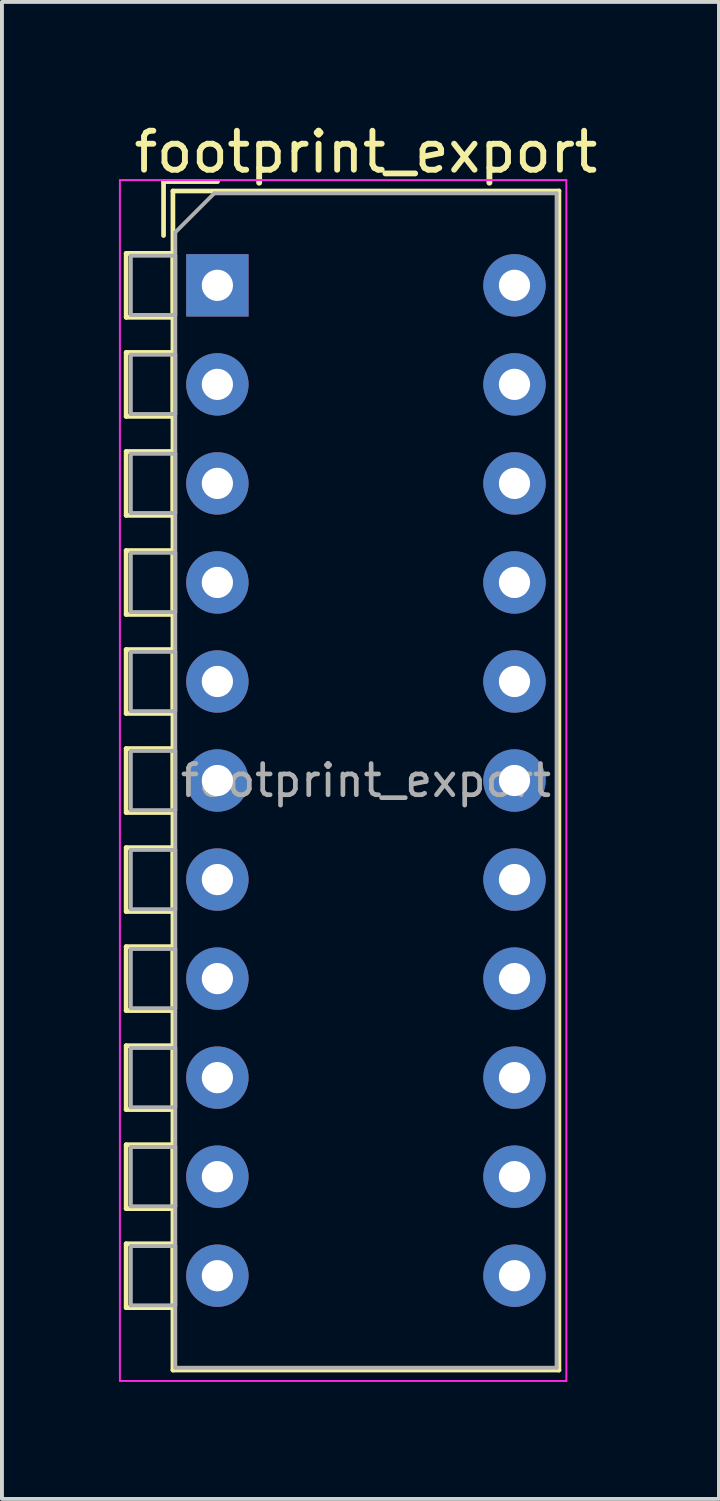
<source format=kicad_pcb>
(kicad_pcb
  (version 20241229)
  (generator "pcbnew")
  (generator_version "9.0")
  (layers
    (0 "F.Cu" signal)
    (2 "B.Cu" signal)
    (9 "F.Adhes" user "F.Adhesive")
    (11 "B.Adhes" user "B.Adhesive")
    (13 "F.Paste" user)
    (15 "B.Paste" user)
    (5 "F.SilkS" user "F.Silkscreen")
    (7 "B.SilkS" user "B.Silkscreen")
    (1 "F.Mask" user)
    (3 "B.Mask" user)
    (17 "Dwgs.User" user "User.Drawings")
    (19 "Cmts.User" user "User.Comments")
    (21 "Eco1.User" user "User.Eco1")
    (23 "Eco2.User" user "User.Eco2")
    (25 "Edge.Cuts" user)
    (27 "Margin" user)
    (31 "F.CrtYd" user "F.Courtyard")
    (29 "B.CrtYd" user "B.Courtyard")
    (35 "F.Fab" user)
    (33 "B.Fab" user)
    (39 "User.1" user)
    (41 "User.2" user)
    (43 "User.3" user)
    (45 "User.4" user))
  (footprint "footprint_export"
    (layer "F.Cu")
    (at 2.525 4.268)
    (property "Reference" "footprint_export" (at 3.81 -3.42 0) (layer "F.SilkS") (effects (font (size 1 1) (thickness 0.15))))
    (attr through_hole)
    (fp_line (start -2.34 -0.82) (end -2.34 0.82) (stroke (width 0.12) (type solid)) (layer "F.SilkS"))
    (fp_line (start -2.34 -0.82) (end -1.14 -0.82) (stroke (width 0.12) (type solid)) (layer "F.SilkS"))
    (fp_line (start -2.34 0.82) (end -1.14 0.82) (stroke (width 0.12) (type solid)) (layer "F.SilkS"))
    (fp_line (start -2.34 1.72) (end -2.34 3.361) (stroke (width 0.12) (type solid)) (layer "F.SilkS"))
    (fp_line (start -2.34 1.72) (end -1.14 1.72) (stroke (width 0.12) (type solid)) (layer "F.SilkS"))
    (fp_line (start -2.34 3.361) (end -1.14 3.361) (stroke (width 0.12) (type solid)) (layer "F.SilkS"))
    (fp_line (start -2.34 4.261) (end -2.34 5.9) (stroke (width 0.12) (type solid)) (layer "F.SilkS"))
    (fp_line (start -2.34 4.261) (end -1.14 4.261) (stroke (width 0.12) (type solid)) (layer "F.SilkS"))
    (fp_line (start -2.34 5.9) (end -1.14 5.9) (stroke (width 0.12) (type solid)) (layer "F.SilkS"))
    (fp_line (start -2.34 6.801) (end -2.34 8.441) (stroke (width 0.12) (type solid)) (layer "F.SilkS"))
    (fp_line (start -2.34 6.801) (end -1.14 6.801) (stroke (width 0.12) (type solid)) (layer "F.SilkS"))
    (fp_line (start -2.34 8.441) (end -1.14 8.441) (stroke (width 0.12) (type solid)) (layer "F.SilkS"))
    (fp_line (start -2.34 9.34) (end -2.34 10.98) (stroke (width 0.12) (type solid)) (layer "F.SilkS"))
    (fp_line (start -2.34 9.34) (end -1.14 9.34) (stroke (width 0.12) (type solid)) (layer "F.SilkS"))
    (fp_line (start -2.34 10.98) (end -1.14 10.98) (stroke (width 0.12) (type solid)) (layer "F.SilkS"))
    (fp_line (start -2.34 11.88) (end -2.34 13.52) (stroke (width 0.12) (type solid)) (layer "F.SilkS"))
    (fp_line (start -2.34 11.88) (end -1.14 11.88) (stroke (width 0.12) (type solid)) (layer "F.SilkS"))
    (fp_line (start -2.34 13.52) (end -1.14 13.52) (stroke (width 0.12) (type solid)) (layer "F.SilkS"))
    (fp_line (start -2.34 14.42) (end -2.34 16.06) (stroke (width 0.12) (type solid)) (layer "F.SilkS"))
    (fp_line (start -2.34 14.42) (end -1.14 14.42) (stroke (width 0.12) (type solid)) (layer "F.SilkS"))
    (fp_line (start -2.34 16.06) (end -1.14 16.06) (stroke (width 0.12) (type solid)) (layer "F.SilkS"))
    (fp_line (start -2.34 16.96) (end -2.34 18.6) (stroke (width 0.12) (type solid)) (layer "F.SilkS"))
    (fp_line (start -2.34 16.96) (end -1.14 16.96) (stroke (width 0.12) (type solid)) (layer "F.SilkS"))
    (fp_line (start -2.34 18.6) (end -1.14 18.6) (stroke (width 0.12) (type solid)) (layer "F.SilkS"))
    (fp_line (start -2.34 19.5) (end -2.34 21.14) (stroke (width 0.12) (type solid)) (layer "F.SilkS"))
    (fp_line (start -2.34 19.5) (end -1.14 19.5) (stroke (width 0.12) (type solid)) (layer "F.SilkS"))
    (fp_line (start -2.34 21.14) (end -1.14 21.14) (stroke (width 0.12) (type solid)) (layer "F.SilkS"))
    (fp_line (start -2.34 22.04) (end -2.34 23.68) (stroke (width 0.12) (type solid)) (layer "F.SilkS"))
    (fp_line (start -2.34 22.04) (end -1.14 22.04) (stroke (width 0.12) (type solid)) (layer "F.SilkS"))
    (fp_line (start -2.34 23.68) (end -1.14 23.68) (stroke (width 0.12) (type solid)) (layer "F.SilkS"))
    (fp_line (start -2.34 24.58) (end -2.34 26.22) (stroke (width 0.12) (type solid)) (layer "F.SilkS"))
    (fp_line (start -2.34 24.58) (end -1.14 24.58) (stroke (width 0.12) (type solid)) (layer "F.SilkS"))
    (fp_line (start -2.34 26.22) (end -1.14 26.22) (stroke (width 0.12) (type solid)) (layer "F.SilkS"))
    (fp_line (start -1.38 -2.66) (end -1.38 -1.277) (stroke (width 0.12) (type solid)) (layer "F.SilkS"))
    (fp_line (start -1.38 -2.66) (end 0.004 -2.66) (stroke (width 0.12) (type solid)) (layer "F.SilkS"))
    (fp_line (start -1.14 -2.42) (end -1.14 27.82) (stroke (width 0.12) (type solid)) (layer "F.SilkS"))
    (fp_line (start -1.14 -2.42) (end 8.76 -2.42) (stroke (width 0.12) (type solid)) (layer "F.SilkS"))
    (fp_line (start -1.14 -0.82) (end -1.14 0.82) (stroke (width 0.12) (type solid)) (layer "F.SilkS"))
    (fp_line (start -1.14 1.72) (end -1.14 3.361) (stroke (width 0.12) (type solid)) (layer "F.SilkS"))
    (fp_line (start -1.14 4.261) (end -1.14 5.9) (stroke (width 0.12) (type solid)) (layer "F.SilkS"))
    (fp_line (start -1.14 6.801) (end -1.14 8.441) (stroke (width 0.12) (type solid)) (layer "F.SilkS"))
    (fp_line (start -1.14 9.34) (end -1.14 10.98) (stroke (width 0.12) (type solid)) (layer "F.SilkS"))
    (fp_line (start -1.14 11.88) (end -1.14 13.52) (stroke (width 0.12) (type solid)) (layer "F.SilkS"))
    (fp_line (start -1.14 14.42) (end -1.14 16.06) (stroke (width 0.12) (type solid)) (layer "F.SilkS"))
    (fp_line (start -1.14 16.96) (end -1.14 18.6) (stroke (width 0.12) (type solid)) (layer "F.SilkS"))
    (fp_line (start -1.14 19.5) (end -1.14 21.14) (stroke (width 0.12) (type solid)) (layer "F.SilkS"))
    (fp_line (start -1.14 22.04) (end -1.14 23.68) (stroke (width 0.12) (type solid)) (layer "F.SilkS"))
    (fp_line (start -1.14 24.58) (end -1.14 26.22) (stroke (width 0.12) (type solid)) (layer "F.SilkS"))
    (fp_line (start -1.14 27.82) (end 8.76 27.82) (stroke (width 0.12) (type solid)) (layer "F.SilkS"))
    (fp_line (start 8.76 -2.42) (end 8.76 27.82) (stroke (width 0.12) (type solid)) (layer "F.SilkS"))
    (fp_line (start -2.5 -2.7) (end -2.5 28.1) (stroke (width 0.05) (type solid)) (layer "F.CrtYd"))
    (fp_line (start -2.5 28.1) (end 8.95 28.1) (stroke (width 0.05) (type solid)) (layer "F.CrtYd"))
    (fp_line (start 8.95 -2.7) (end -2.5 -2.7) (stroke (width 0.05) (type solid)) (layer "F.CrtYd"))
    (fp_line (start 8.95 28.1) (end 8.95 -2.7) (stroke (width 0.05) (type solid)) (layer "F.CrtYd"))
    (fp_line (start -2.22 -0.76) (end -1.08 -0.76) (stroke (width 0.1) (type solid)) (layer "F.Fab"))
    (fp_line (start -2.22 0.76) (end -2.22 -0.76) (stroke (width 0.1) (type solid)) (layer "F.Fab"))
    (fp_line (start -2.22 1.78) (end -1.08 1.78) (stroke (width 0.1) (type solid)) (layer "F.Fab"))
    (fp_line (start -2.22 3.3) (end -2.22 1.78) (stroke (width 0.1) (type solid)) (layer "F.Fab"))
    (fp_line (start -2.22 4.32) (end -1.08 4.32) (stroke (width 0.1) (type solid)) (layer "F.Fab"))
    (fp_line (start -2.22 5.84) (end -2.22 4.32) (stroke (width 0.1) (type solid)) (layer "F.Fab"))
    (fp_line (start -2.22 6.86) (end -1.08 6.86) (stroke (width 0.1) (type solid)) (layer "F.Fab"))
    (fp_line (start -2.22 8.38) (end -2.22 6.86) (stroke (width 0.1) (type solid)) (layer "F.Fab"))
    (fp_line (start -2.22 9.4) (end -1.08 9.4) (stroke (width 0.1) (type solid)) (layer "F.Fab"))
    (fp_line (start -2.22 10.92) (end -2.22 9.4) (stroke (width 0.1) (type solid)) (layer "F.Fab"))
    (fp_line (start -2.22 11.94) (end -1.08 11.94) (stroke (width 0.1) (type solid)) (layer "F.Fab"))
    (fp_line (start -2.22 13.46) (end -2.22 11.94) (stroke (width 0.1) (type solid)) (layer "F.Fab"))
    (fp_line (start -2.22 14.48) (end -1.08 14.48) (stroke (width 0.1) (type solid)) (layer "F.Fab"))
    (fp_line (start -2.22 16) (end -2.22 14.48) (stroke (width 0.1) (type solid)) (layer "F.Fab"))
    (fp_line (start -2.22 17.02) (end -1.08 17.02) (stroke (width 0.1) (type solid)) (layer "F.Fab"))
    (fp_line (start -2.22 18.54) (end -2.22 17.02) (stroke (width 0.1) (type solid)) (layer "F.Fab"))
    (fp_line (start -2.22 19.56) (end -1.08 19.56) (stroke (width 0.1) (type solid)) (layer "F.Fab"))
    (fp_line (start -2.22 21.08) (end -2.22 19.56) (stroke (width 0.1) (type solid)) (layer "F.Fab"))
    (fp_line (start -2.22 22.1) (end -1.08 22.1) (stroke (width 0.1) (type solid)) (layer "F.Fab"))
    (fp_line (start -2.22 23.62) (end -2.22 22.1) (stroke (width 0.1) (type solid)) (layer "F.Fab"))
    (fp_line (start -2.22 24.64) (end -1.08 24.64) (stroke (width 0.1) (type solid)) (layer "F.Fab"))
    (fp_line (start -2.22 26.16) (end -2.22 24.64) (stroke (width 0.1) (type solid)) (layer "F.Fab"))
    (fp_line (start -1.08 -1.36) (end -0.08 -2.36) (stroke (width 0.1) (type solid)) (layer "F.Fab"))
    (fp_line (start -1.08 -0.76) (end -1.08 0.76) (stroke (width 0.1) (type solid)) (layer "F.Fab"))
    (fp_line (start -1.08 0.76) (end -2.22 0.76) (stroke (width 0.1) (type solid)) (layer "F.Fab"))
    (fp_line (start -1.08 1.78) (end -1.08 3.3) (stroke (width 0.1) (type solid)) (layer "F.Fab"))
    (fp_line (start -1.08 3.3) (end -2.22 3.3) (stroke (width 0.1) (type solid)) (layer "F.Fab"))
    (fp_line (start -1.08 4.32) (end -1.08 5.84) (stroke (width 0.1) (type solid)) (layer "F.Fab"))
    (fp_line (start -1.08 5.84) (end -2.22 5.84) (stroke (width 0.1) (type solid)) (layer "F.Fab"))
    (fp_line (start -1.08 6.86) (end -1.08 8.38) (stroke (width 0.1) (type solid)) (layer "F.Fab"))
    (fp_line (start -1.08 8.38) (end -2.22 8.38) (stroke (width 0.1) (type solid)) (layer "F.Fab"))
    (fp_line (start -1.08 9.4) (end -1.08 10.92) (stroke (width 0.1) (type solid)) (layer "F.Fab"))
    (fp_line (start -1.08 10.92) (end -2.22 10.92) (stroke (width 0.1) (type solid)) (layer "F.Fab"))
    (fp_line (start -1.08 11.94) (end -1.08 13.46) (stroke (width 0.1) (type solid)) (layer "F.Fab"))
    (fp_line (start -1.08 13.46) (end -2.22 13.46) (stroke (width 0.1) (type solid)) (layer "F.Fab"))
    (fp_line (start -1.08 14.48) (end -1.08 16) (stroke (width 0.1) (type solid)) (layer "F.Fab"))
    (fp_line (start -1.08 16) (end -2.22 16) (stroke (width 0.1) (type solid)) (layer "F.Fab"))
    (fp_line (start -1.08 17.02) (end -1.08 18.54) (stroke (width 0.1) (type solid)) (layer "F.Fab"))
    (fp_line (start -1.08 18.54) (end -2.22 18.54) (stroke (width 0.1) (type solid)) (layer "F.Fab"))
    (fp_line (start -1.08 19.56) (end -1.08 21.08) (stroke (width 0.1) (type solid)) (layer "F.Fab"))
    (fp_line (start -1.08 21.08) (end -2.22 21.08) (stroke (width 0.1) (type solid)) (layer "F.Fab"))
    (fp_line (start -1.08 22.1) (end -1.08 23.62) (stroke (width 0.1) (type solid)) (layer "F.Fab"))
    (fp_line (start -1.08 23.62) (end -2.22 23.62) (stroke (width 0.1) (type solid)) (layer "F.Fab"))
    (fp_line (start -1.08 24.64) (end -1.08 26.16) (stroke (width 0.1) (type solid)) (layer "F.Fab"))
    (fp_line (start -1.08 26.16) (end -2.22 26.16) (stroke (width 0.1) (type solid)) (layer "F.Fab"))
    (fp_line (start -1.08 27.76) (end -1.08 -1.36) (stroke (width 0.1) (type solid)) (layer "F.Fab"))
    (fp_line (start -0.08 -2.36) (end 8.7 -2.36) (stroke (width 0.1) (type solid)) (layer "F.Fab"))
    (fp_line (start 8.7 -2.36) (end 8.7 27.76) (stroke (width 0.1) (type solid)) (layer "F.Fab"))
    (fp_line (start 8.7 27.76) (end -1.08 27.76) (stroke (width 0.1) (type solid)) (layer "F.Fab"))
    (fp_text user "${REFERENCE}" (at 3.81 12.7 0) (layer "F.Fab") (effects (font (size 0.8 0.8) (thickness 0.12))))
    (pad "1" thru_hole rect (at 0 0) (size 1.6 1.6) (drill 0.8) (layers "*.Cu" "*.Mask"))
    (pad "2" thru_hole oval (at 0 2.54) (size 1.6 1.6) (drill 0.8) (layers "*.Cu" "*.Mask"))
    (pad "3" thru_hole oval (at 0 5.08) (size 1.6 1.6) (drill 0.8) (layers "*.Cu" "*.Mask"))
    (pad "4" thru_hole oval (at 0 7.62) (size 1.6 1.6) (drill 0.8) (layers "*.Cu" "*.Mask"))
    (pad "5" thru_hole oval (at 0 10.16) (size 1.6 1.6) (drill 0.8) (layers "*.Cu" "*.Mask"))
    (pad "6" thru_hole oval (at 0 12.7) (size 1.6 1.6) (drill 0.8) (layers "*.Cu" "*.Mask"))
    (pad "7" thru_hole oval (at 0 15.24) (size 1.6 1.6) (drill 0.8) (layers "*.Cu" "*.Mask"))
    (pad "8" thru_hole oval (at 0 17.78) (size 1.6 1.6) (drill 0.8) (layers "*.Cu" "*.Mask"))
    (pad "9" thru_hole oval (at 0 20.32) (size 1.6 1.6) (drill 0.8) (layers "*.Cu" "*.Mask"))
    (pad "10" thru_hole oval (at 0 22.86) (size 1.6 1.6) (drill 0.8) (layers "*.Cu" "*.Mask"))
    (pad "11" thru_hole oval (at 0 25.4) (size 1.6 1.6) (drill 0.8) (layers "*.Cu" "*.Mask"))
    (pad "12" thru_hole oval (at 7.62 25.4) (size 1.6 1.6) (drill 0.8) (layers "*.Cu" "*.Mask"))
    (pad "13" thru_hole oval (at 7.62 22.86) (size 1.6 1.6) (drill 0.8) (layers "*.Cu" "*.Mask"))
    (pad "14" thru_hole oval (at 7.62 20.32) (size 1.6 1.6) (drill 0.8) (layers "*.Cu" "*.Mask"))
    (pad "15" thru_hole oval (at 7.62 17.78) (size 1.6 1.6) (drill 0.8) (layers "*.Cu" "*.Mask"))
    (pad "16" thru_hole oval (at 7.62 15.24) (size 1.6 1.6) (drill 0.8) (layers "*.Cu" "*.Mask"))
    (pad "17" thru_hole oval (at 7.62 12.7) (size 1.6 1.6) (drill 0.8) (layers "*.Cu" "*.Mask"))
    (pad "18" thru_hole oval (at 7.62 10.16) (size 1.6 1.6) (drill 0.8) (layers "*.Cu" "*.Mask"))
    (pad "19" thru_hole oval (at 7.62 7.62) (size 1.6 1.6) (drill 0.8) (layers "*.Cu" "*.Mask"))
    (pad "20" thru_hole oval (at 7.62 5.08) (size 1.6 1.6) (drill 0.8) (layers "*.Cu" "*.Mask"))
    (pad "21" thru_hole oval (at 7.62 2.54) (size 1.6 1.6) (drill 0.8) (layers "*.Cu" "*.Mask"))
    (pad "22" thru_hole oval (at 7.62 0) (size 1.6 1.6) (drill 0.8) (layers "*.Cu" "*.Mask")))
  (gr_rect
    (start -3 -3)
    (end 15.389 35.393)
    (stroke (width 0.1) (type default))
    (fill no)
    (layer "Edge.Cuts")))
</source>
